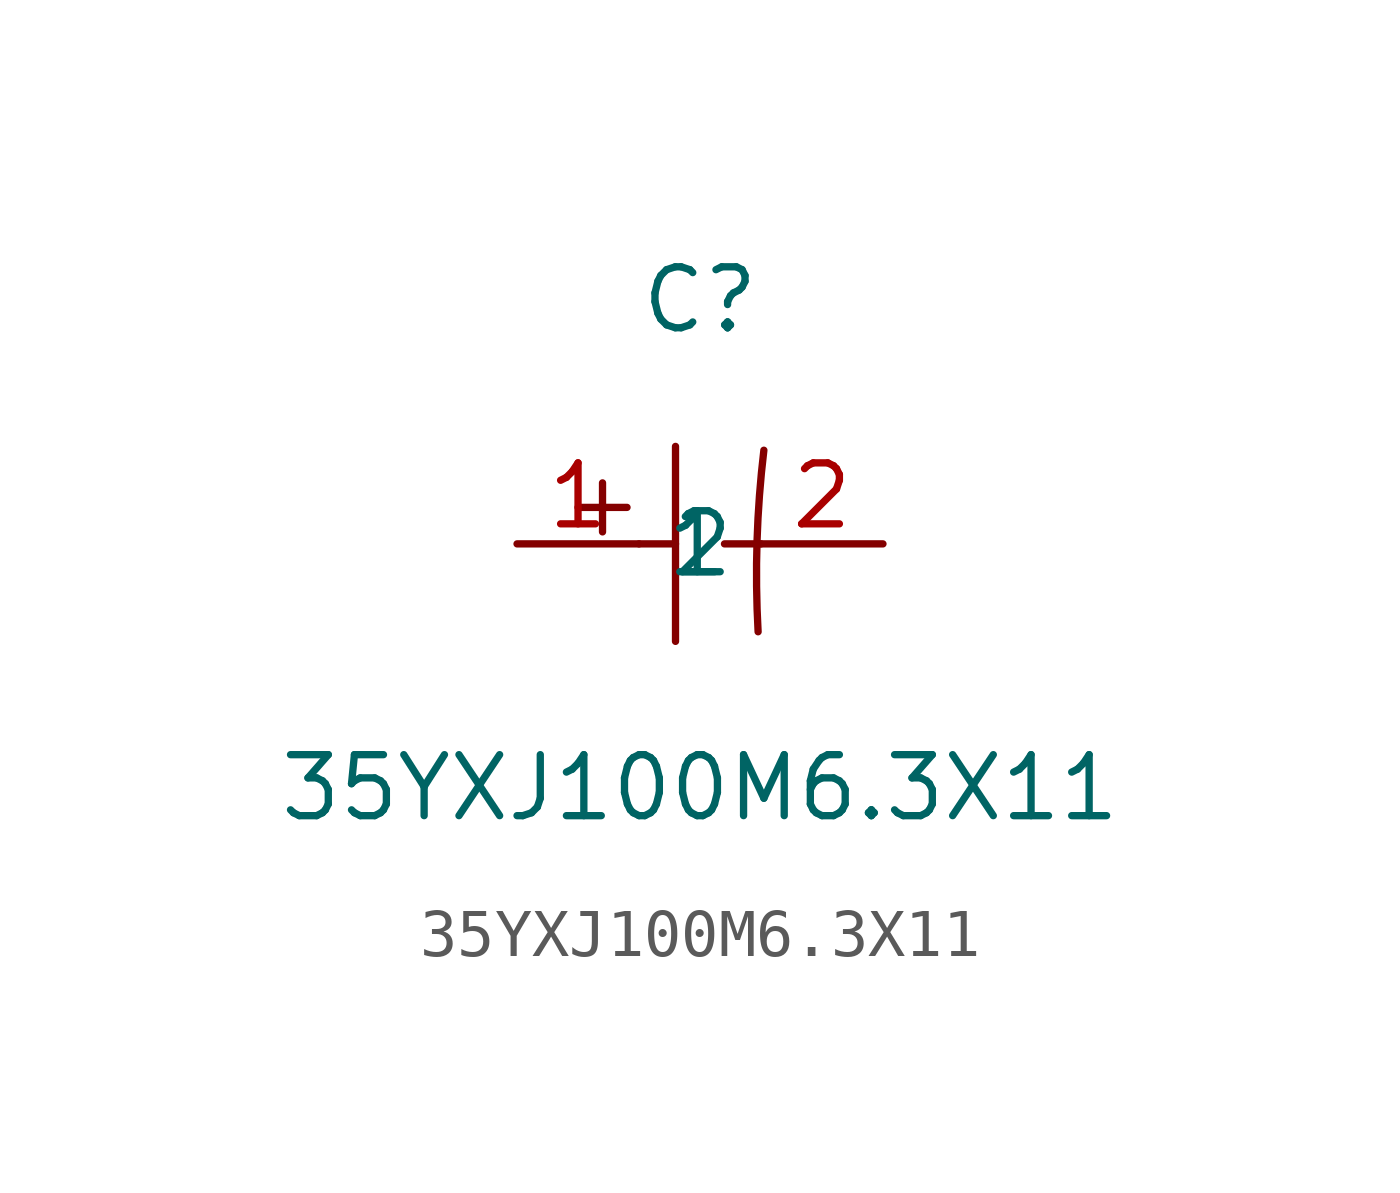
<source format=kicad_sym>
(kicad_symbol_lib
  (version 1)
  (generator "faebryk")
  (symbol "35YXJ100M6.3X11"
    (property "Reference" "C"
      (at 0 5.08 0)
      (effects (font (size 1.27 1.27)) (hide no)))
    (property "Value" "35YXJ100M6.3X11"
      (at 0 -5.08 0)
      (effects (font (size 1.27 1.27)) (hide no)))
    (symbol "35YXJ100M6.3X11_0_1"
      (polyline (stroke (width 0) (type default) (color 0 0 0 0)) (fill (type none)) (pts (xy -0.51 2.03) (xy -0.51 -2.03)))
      (polyline (stroke (width 0) (type default) (color 0 0 0 0)) (fill (type none)) (pts (xy -1.27 0) (xy -0.51 0)))
      (polyline (stroke (width 0) (type default) (color 0 0 0 0)) (fill (type none)) (pts (xy 0.51 0) (xy 1.27 0)))
      (polyline (stroke (width 0) (type default) (color 0 0 0 0)) (fill (type none)) (pts (xy -2.54 0.76) (xy -1.52 0.76)))
      (polyline (stroke (width 0) (type default) (color 0 0 0 0)) (fill (type none)) (pts (xy -2.03 1.27) (xy -2.03 0.25)))
      (arc (start 1.33 1.95) (mid 1.22 -2) (end 1.21 -1.83) (stroke (width 0) (type default) (color 0 0 0 0)) (fill (type none)))
      (pin input line (at -3.81 0 0) (length 2.54) (name "1" (effects (font (size 1.27 1.27)) (hide no))) (number "1" (effects (font (size 1.27 1.27)) (hide no))))
      (pin input line (at 3.81 0 180) (length 2.54) (name "2" (effects (font (size 1.27 1.27)) (hide no))) (number "2" (effects (font (size 1.27 1.27)) (hide no)))))))
</source>
